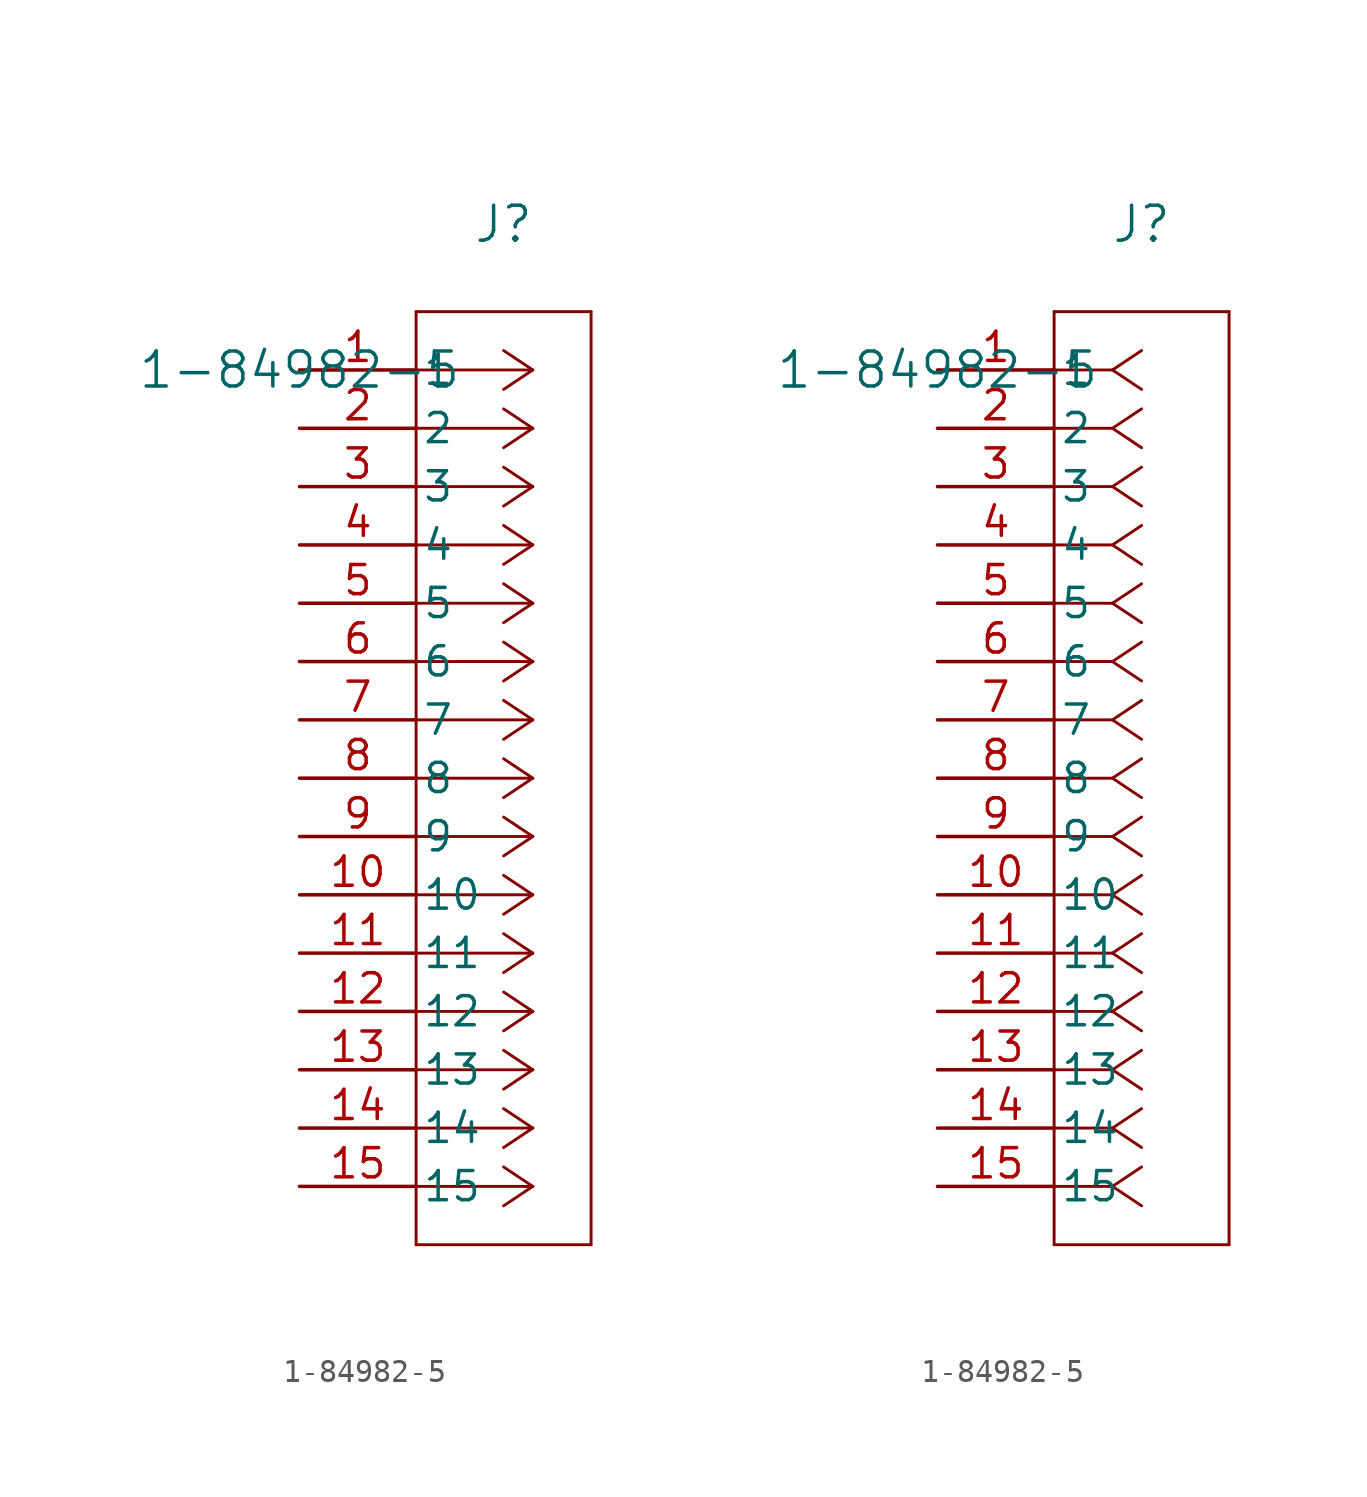
<source format=kicad_sym>
(kicad_symbol_lib
  (version 20211014)
  (generator kicad_symbol_editor)
  (symbol "1-84982-5"
    (pin_names
      (offset 0.254))
    (property "Reference" "J"
      (at 8.89 6.35 0)
      (effects (font (size 1.524 1.524))))
    (property "Value" "1-84982-5"
      (at 0 0 0)
      (effects (font (size 1.524 1.524))))
    (symbol "1-84982-5_1_1"
      (polyline (pts (xy 10.16 0) (xy 5.08 0)) (stroke (width 0.127) (type default) (color 0 0 0 0)) (fill (type none)))
      (polyline (pts (xy 10.16 -2.54) (xy 5.08 -2.54)) (stroke (width 0.127) (type default) (color 0 0 0 0)) (fill (type none)))
      (polyline (pts (xy 10.16 -5.08) (xy 5.08 -5.08)) (stroke (width 0.127) (type default) (color 0 0 0 0)) (fill (type none)))
      (polyline (pts (xy 10.16 -7.62) (xy 5.08 -7.62)) (stroke (width 0.127) (type default) (color 0 0 0 0)) (fill (type none)))
      (polyline (pts (xy 10.16 -10.16) (xy 5.08 -10.16)) (stroke (width 0.127) (type default) (color 0 0 0 0)) (fill (type none)))
      (polyline (pts (xy 10.16 -12.7) (xy 5.08 -12.7)) (stroke (width 0.127) (type default) (color 0 0 0 0)) (fill (type none)))
      (polyline (pts (xy 10.16 -15.24) (xy 5.08 -15.24)) (stroke (width 0.127) (type default) (color 0 0 0 0)) (fill (type none)))
      (polyline (pts (xy 10.16 -17.78) (xy 5.08 -17.78)) (stroke (width 0.127) (type default) (color 0 0 0 0)) (fill (type none)))
      (polyline (pts (xy 10.16 -20.32) (xy 5.08 -20.32)) (stroke (width 0.127) (type default) (color 0 0 0 0)) (fill (type none)))
      (polyline (pts (xy 10.16 -22.86) (xy 5.08 -22.86)) (stroke (width 0.127) (type default) (color 0 0 0 0)) (fill (type none)))
      (polyline (pts (xy 10.16 -25.4) (xy 5.08 -25.4)) (stroke (width 0.127) (type default) (color 0 0 0 0)) (fill (type none)))
      (polyline (pts (xy 10.16 -27.94) (xy 5.08 -27.94)) (stroke (width 0.127) (type default) (color 0 0 0 0)) (fill (type none)))
      (polyline (pts (xy 10.16 -30.48) (xy 5.08 -30.48)) (stroke (width 0.127) (type default) (color 0 0 0 0)) (fill (type none)))
      (polyline (pts (xy 10.16 -33.02) (xy 5.08 -33.02)) (stroke (width 0.127) (type default) (color 0 0 0 0)) (fill (type none)))
      (polyline (pts (xy 10.16 -35.56) (xy 5.08 -35.56)) (stroke (width 0.127) (type default) (color 0 0 0 0)) (fill (type none)))
      (polyline (pts (xy 10.16 0) (xy 8.89 0.847)) (stroke (width 0.127) (type default) (color 0 0 0 0)) (fill (type none)))
      (polyline (pts (xy 10.16 -2.54) (xy 8.89 -1.693)) (stroke (width 0.127) (type default) (color 0 0 0 0)) (fill (type none)))
      (polyline (pts (xy 10.16 -5.08) (xy 8.89 -4.233)) (stroke (width 0.127) (type default) (color 0 0 0 0)) (fill (type none)))
      (polyline (pts (xy 10.16 -7.62) (xy 8.89 -6.773)) (stroke (width 0.127) (type default) (color 0 0 0 0)) (fill (type none)))
      (polyline (pts (xy 10.16 -10.16) (xy 8.89 -9.313)) (stroke (width 0.127) (type default) (color 0 0 0 0)) (fill (type none)))
      (polyline (pts (xy 10.16 -12.7) (xy 8.89 -11.853)) (stroke (width 0.127) (type default) (color 0 0 0 0)) (fill (type none)))
      (polyline (pts (xy 10.16 -15.24) (xy 8.89 -14.393)) (stroke (width 0.127) (type default) (color 0 0 0 0)) (fill (type none)))
      (polyline (pts (xy 10.16 -17.78) (xy 8.89 -16.933)) (stroke (width 0.127) (type default) (color 0 0 0 0)) (fill (type none)))
      (polyline (pts (xy 10.16 -20.32) (xy 8.89 -19.473)) (stroke (width 0.127) (type default) (color 0 0 0 0)) (fill (type none)))
      (polyline (pts (xy 10.16 -22.86) (xy 8.89 -22.013)) (stroke (width 0.127) (type default) (color 0 0 0 0)) (fill (type none)))
      (polyline (pts (xy 10.16 -25.4) (xy 8.89 -24.553)) (stroke (width 0.127) (type default) (color 0 0 0 0)) (fill (type none)))
      (polyline (pts (xy 10.16 -27.94) (xy 8.89 -27.093)) (stroke (width 0.127) (type default) (color 0 0 0 0)) (fill (type none)))
      (polyline (pts (xy 10.16 -30.48) (xy 8.89 -29.633)) (stroke (width 0.127) (type default) (color 0 0 0 0)) (fill (type none)))
      (polyline (pts (xy 10.16 -33.02) (xy 8.89 -32.173)) (stroke (width 0.127) (type default) (color 0 0 0 0)) (fill (type none)))
      (polyline (pts (xy 10.16 -35.56) (xy 8.89 -34.713)) (stroke (width 0.127) (type default) (color 0 0 0 0)) (fill (type none)))
      (polyline (pts (xy 10.16 0) (xy 8.89 -0.847)) (stroke (width 0.127) (type default) (color 0 0 0 0)) (fill (type none)))
      (polyline (pts (xy 10.16 -2.54) (xy 8.89 -3.387)) (stroke (width 0.127) (type default) (color 0 0 0 0)) (fill (type none)))
      (polyline (pts (xy 10.16 -5.08) (xy 8.89 -5.927)) (stroke (width 0.127) (type default) (color 0 0 0 0)) (fill (type none)))
      (polyline (pts (xy 10.16 -7.62) (xy 8.89 -8.467)) (stroke (width 0.127) (type default) (color 0 0 0 0)) (fill (type none)))
      (polyline (pts (xy 10.16 -10.16) (xy 8.89 -11.007)) (stroke (width 0.127) (type default) (color 0 0 0 0)) (fill (type none)))
      (polyline (pts (xy 10.16 -12.7) (xy 8.89 -13.547)) (stroke (width 0.127) (type default) (color 0 0 0 0)) (fill (type none)))
      (polyline (pts (xy 10.16 -15.24) (xy 8.89 -16.087)) (stroke (width 0.127) (type default) (color 0 0 0 0)) (fill (type none)))
      (polyline (pts (xy 10.16 -17.78) (xy 8.89 -18.627)) (stroke (width 0.127) (type default) (color 0 0 0 0)) (fill (type none)))
      (polyline (pts (xy 10.16 -20.32) (xy 8.89 -21.167)) (stroke (width 0.127) (type default) (color 0 0 0 0)) (fill (type none)))
      (polyline (pts (xy 10.16 -22.86) (xy 8.89 -23.707)) (stroke (width 0.127) (type default) (color 0 0 0 0)) (fill (type none)))
      (polyline (pts (xy 10.16 -25.4) (xy 8.89 -26.247)) (stroke (width 0.127) (type default) (color 0 0 0 0)) (fill (type none)))
      (polyline (pts (xy 10.16 -27.94) (xy 8.89 -28.787)) (stroke (width 0.127) (type default) (color 0 0 0 0)) (fill (type none)))
      (polyline (pts (xy 10.16 -30.48) (xy 8.89 -31.327)) (stroke (width 0.127) (type default) (color 0 0 0 0)) (fill (type none)))
      (polyline (pts (xy 10.16 -33.02) (xy 8.89 -33.867)) (stroke (width 0.127) (type default) (color 0 0 0 0)) (fill (type none)))
      (polyline (pts (xy 10.16 -35.56) (xy 8.89 -36.407)) (stroke (width 0.127) (type default) (color 0 0 0 0)) (fill (type none)))
      (polyline (pts (xy 5.08 2.54) (xy 5.08 -38.1)) (stroke (width 0.127) (type default) (color 0 0 0 0)) (fill (type none)))
      (polyline (pts (xy 5.08 -38.1) (xy 12.7 -38.1)) (stroke (width 0.127) (type default) (color 0 0 0 0)) (fill (type none)))
      (polyline (pts (xy 12.7 -38.1) (xy 12.7 2.54)) (stroke (width 0.127) (type default) (color 0 0 0 0)) (fill (type none)))
      (polyline (pts (xy 12.7 2.54) (xy 5.08 2.54)) (stroke (width 0.127) (type default) (color 0 0 0 0)) (fill (type none)))
      (pin unspecified line (at 0 0 0) (length 5.08) (name "1" (effects (font (size 1.27 1.27)))) (number "1" (effects (font (size 1.27 1.27)))))
      (pin unspecified line (at 0 -2.54 0) (length 5.08) (name "2" (effects (font (size 1.27 1.27)))) (number "2" (effects (font (size 1.27 1.27)))))
      (pin unspecified line (at 0 -5.08 0) (length 5.08) (name "3" (effects (font (size 1.27 1.27)))) (number "3" (effects (font (size 1.27 1.27)))))
      (pin unspecified line (at 0 -7.62 0) (length 5.08) (name "4" (effects (font (size 1.27 1.27)))) (number "4" (effects (font (size 1.27 1.27)))))
      (pin unspecified line (at 0 -10.16 0) (length 5.08) (name "5" (effects (font (size 1.27 1.27)))) (number "5" (effects (font (size 1.27 1.27)))))
      (pin unspecified line (at 0 -12.7 0) (length 5.08) (name "6" (effects (font (size 1.27 1.27)))) (number "6" (effects (font (size 1.27 1.27)))))
      (pin unspecified line (at 0 -15.24 0) (length 5.08) (name "7" (effects (font (size 1.27 1.27)))) (number "7" (effects (font (size 1.27 1.27)))))
      (pin unspecified line (at 0 -17.78 0) (length 5.08) (name "8" (effects (font (size 1.27 1.27)))) (number "8" (effects (font (size 1.27 1.27)))))
      (pin unspecified line (at 0 -20.32 0) (length 5.08) (name "9" (effects (font (size 1.27 1.27)))) (number "9" (effects (font (size 1.27 1.27)))))
      (pin unspecified line (at 0 -22.86 0) (length 5.08) (name "10" (effects (font (size 1.27 1.27)))) (number "10" (effects (font (size 1.27 1.27)))))
      (pin unspecified line (at 0 -25.4 0) (length 5.08) (name "11" (effects (font (size 1.27 1.27)))) (number "11" (effects (font (size 1.27 1.27)))))
      (pin unspecified line (at 0 -27.94 0) (length 5.08) (name "12" (effects (font (size 1.27 1.27)))) (number "12" (effects (font (size 1.27 1.27)))))
      (pin unspecified line (at 0 -30.48 0) (length 5.08) (name "13" (effects (font (size 1.27 1.27)))) (number "13" (effects (font (size 1.27 1.27)))))
      (pin unspecified line (at 0 -33.02 0) (length 5.08) (name "14" (effects (font (size 1.27 1.27)))) (number "14" (effects (font (size 1.27 1.27)))))
      (pin unspecified line (at 0 -35.56 0) (length 5.08) (name "15" (effects (font (size 1.27 1.27)))) (number "15" (effects (font (size 1.27 1.27))))))
    (symbol "1-84982-5_1_2"
      (polyline (pts (xy 7.62 0) (xy 5.08 0)) (stroke (width 0.127) (type default) (color 0 0 0 0)) (fill (type none)))
      (polyline (pts (xy 7.62 -2.54) (xy 5.08 -2.54)) (stroke (width 0.127) (type default) (color 0 0 0 0)) (fill (type none)))
      (polyline (pts (xy 7.62 -5.08) (xy 5.08 -5.08)) (stroke (width 0.127) (type default) (color 0 0 0 0)) (fill (type none)))
      (polyline (pts (xy 7.62 -7.62) (xy 5.08 -7.62)) (stroke (width 0.127) (type default) (color 0 0 0 0)) (fill (type none)))
      (polyline (pts (xy 7.62 -10.16) (xy 5.08 -10.16)) (stroke (width 0.127) (type default) (color 0 0 0 0)) (fill (type none)))
      (polyline (pts (xy 7.62 -12.7) (xy 5.08 -12.7)) (stroke (width 0.127) (type default) (color 0 0 0 0)) (fill (type none)))
      (polyline (pts (xy 7.62 -15.24) (xy 5.08 -15.24)) (stroke (width 0.127) (type default) (color 0 0 0 0)) (fill (type none)))
      (polyline (pts (xy 7.62 -17.78) (xy 5.08 -17.78)) (stroke (width 0.127) (type default) (color 0 0 0 0)) (fill (type none)))
      (polyline (pts (xy 7.62 -20.32) (xy 5.08 -20.32)) (stroke (width 0.127) (type default) (color 0 0 0 0)) (fill (type none)))
      (polyline (pts (xy 7.62 -22.86) (xy 5.08 -22.86)) (stroke (width 0.127) (type default) (color 0 0 0 0)) (fill (type none)))
      (polyline (pts (xy 7.62 -25.4) (xy 5.08 -25.4)) (stroke (width 0.127) (type default) (color 0 0 0 0)) (fill (type none)))
      (polyline (pts (xy 7.62 -27.94) (xy 5.08 -27.94)) (stroke (width 0.127) (type default) (color 0 0 0 0)) (fill (type none)))
      (polyline (pts (xy 7.62 -30.48) (xy 5.08 -30.48)) (stroke (width 0.127) (type default) (color 0 0 0 0)) (fill (type none)))
      (polyline (pts (xy 7.62 -33.02) (xy 5.08 -33.02)) (stroke (width 0.127) (type default) (color 0 0 0 0)) (fill (type none)))
      (polyline (pts (xy 7.62 -35.56) (xy 5.08 -35.56)) (stroke (width 0.127) (type default) (color 0 0 0 0)) (fill (type none)))
      (polyline (pts (xy 7.62 0) (xy 8.89 0.847)) (stroke (width 0.127) (type default) (color 0 0 0 0)) (fill (type none)))
      (polyline (pts (xy 7.62 -2.54) (xy 8.89 -1.693)) (stroke (width 0.127) (type default) (color 0 0 0 0)) (fill (type none)))
      (polyline (pts (xy 7.62 -5.08) (xy 8.89 -4.233)) (stroke (width 0.127) (type default) (color 0 0 0 0)) (fill (type none)))
      (polyline (pts (xy 7.62 -7.62) (xy 8.89 -6.773)) (stroke (width 0.127) (type default) (color 0 0 0 0)) (fill (type none)))
      (polyline (pts (xy 7.62 -10.16) (xy 8.89 -9.313)) (stroke (width 0.127) (type default) (color 0 0 0 0)) (fill (type none)))
      (polyline (pts (xy 7.62 -12.7) (xy 8.89 -11.853)) (stroke (width 0.127) (type default) (color 0 0 0 0)) (fill (type none)))
      (polyline (pts (xy 7.62 -15.24) (xy 8.89 -14.393)) (stroke (width 0.127) (type default) (color 0 0 0 0)) (fill (type none)))
      (polyline (pts (xy 7.62 -17.78) (xy 8.89 -16.933)) (stroke (width 0.127) (type default) (color 0 0 0 0)) (fill (type none)))
      (polyline (pts (xy 7.62 -20.32) (xy 8.89 -19.473)) (stroke (width 0.127) (type default) (color 0 0 0 0)) (fill (type none)))
      (polyline (pts (xy 7.62 -22.86) (xy 8.89 -22.013)) (stroke (width 0.127) (type default) (color 0 0 0 0)) (fill (type none)))
      (polyline (pts (xy 7.62 -25.4) (xy 8.89 -24.553)) (stroke (width 0.127) (type default) (color 0 0 0 0)) (fill (type none)))
      (polyline (pts (xy 7.62 -27.94) (xy 8.89 -27.093)) (stroke (width 0.127) (type default) (color 0 0 0 0)) (fill (type none)))
      (polyline (pts (xy 7.62 -30.48) (xy 8.89 -29.633)) (stroke (width 0.127) (type default) (color 0 0 0 0)) (fill (type none)))
      (polyline (pts (xy 7.62 -33.02) (xy 8.89 -32.173)) (stroke (width 0.127) (type default) (color 0 0 0 0)) (fill (type none)))
      (polyline (pts (xy 7.62 -35.56) (xy 8.89 -34.713)) (stroke (width 0.127) (type default) (color 0 0 0 0)) (fill (type none)))
      (polyline (pts (xy 7.62 0) (xy 8.89 -0.847)) (stroke (width 0.127) (type default) (color 0 0 0 0)) (fill (type none)))
      (polyline (pts (xy 7.62 -2.54) (xy 8.89 -3.387)) (stroke (width 0.127) (type default) (color 0 0 0 0)) (fill (type none)))
      (polyline (pts (xy 7.62 -5.08) (xy 8.89 -5.927)) (stroke (width 0.127) (type default) (color 0 0 0 0)) (fill (type none)))
      (polyline (pts (xy 7.62 -7.62) (xy 8.89 -8.467)) (stroke (width 0.127) (type default) (color 0 0 0 0)) (fill (type none)))
      (polyline (pts (xy 7.62 -10.16) (xy 8.89 -11.007)) (stroke (width 0.127) (type default) (color 0 0 0 0)) (fill (type none)))
      (polyline (pts (xy 7.62 -12.7) (xy 8.89 -13.547)) (stroke (width 0.127) (type default) (color 0 0 0 0)) (fill (type none)))
      (polyline (pts (xy 7.62 -15.24) (xy 8.89 -16.087)) (stroke (width 0.127) (type default) (color 0 0 0 0)) (fill (type none)))
      (polyline (pts (xy 7.62 -17.78) (xy 8.89 -18.627)) (stroke (width 0.127) (type default) (color 0 0 0 0)) (fill (type none)))
      (polyline (pts (xy 7.62 -20.32) (xy 8.89 -21.167)) (stroke (width 0.127) (type default) (color 0 0 0 0)) (fill (type none)))
      (polyline (pts (xy 7.62 -22.86) (xy 8.89 -23.707)) (stroke (width 0.127) (type default) (color 0 0 0 0)) (fill (type none)))
      (polyline (pts (xy 7.62 -25.4) (xy 8.89 -26.247)) (stroke (width 0.127) (type default) (color 0 0 0 0)) (fill (type none)))
      (polyline (pts (xy 7.62 -27.94) (xy 8.89 -28.787)) (stroke (width 0.127) (type default) (color 0 0 0 0)) (fill (type none)))
      (polyline (pts (xy 7.62 -30.48) (xy 8.89 -31.327)) (stroke (width 0.127) (type default) (color 0 0 0 0)) (fill (type none)))
      (polyline (pts (xy 7.62 -33.02) (xy 8.89 -33.867)) (stroke (width 0.127) (type default) (color 0 0 0 0)) (fill (type none)))
      (polyline (pts (xy 7.62 -35.56) (xy 8.89 -36.407)) (stroke (width 0.127) (type default) (color 0 0 0 0)) (fill (type none)))
      (polyline (pts (xy 5.08 2.54) (xy 5.08 -38.1)) (stroke (width 0.127) (type default) (color 0 0 0 0)) (fill (type none)))
      (polyline (pts (xy 5.08 -38.1) (xy 12.7 -38.1)) (stroke (width 0.127) (type default) (color 0 0 0 0)) (fill (type none)))
      (polyline (pts (xy 12.7 -38.1) (xy 12.7 2.54)) (stroke (width 0.127) (type default) (color 0 0 0 0)) (fill (type none)))
      (polyline (pts (xy 12.7 2.54) (xy 5.08 2.54)) (stroke (width 0.127) (type default) (color 0 0 0 0)) (fill (type none)))
      (pin unspecified line (at 0 0 0) (length 5.08) (name "1" (effects (font (size 1.27 1.27)))) (number "1" (effects (font (size 1.27 1.27)))))
      (pin unspecified line (at 0 -2.54 0) (length 5.08) (name "2" (effects (font (size 1.27 1.27)))) (number "2" (effects (font (size 1.27 1.27)))))
      (pin unspecified line (at 0 -5.08 0) (length 5.08) (name "3" (effects (font (size 1.27 1.27)))) (number "3" (effects (font (size 1.27 1.27)))))
      (pin unspecified line (at 0 -7.62 0) (length 5.08) (name "4" (effects (font (size 1.27 1.27)))) (number "4" (effects (font (size 1.27 1.27)))))
      (pin unspecified line (at 0 -10.16 0) (length 5.08) (name "5" (effects (font (size 1.27 1.27)))) (number "5" (effects (font (size 1.27 1.27)))))
      (pin unspecified line (at 0 -12.7 0) (length 5.08) (name "6" (effects (font (size 1.27 1.27)))) (number "6" (effects (font (size 1.27 1.27)))))
      (pin unspecified line (at 0 -15.24 0) (length 5.08) (name "7" (effects (font (size 1.27 1.27)))) (number "7" (effects (font (size 1.27 1.27)))))
      (pin unspecified line (at 0 -17.78 0) (length 5.08) (name "8" (effects (font (size 1.27 1.27)))) (number "8" (effects (font (size 1.27 1.27)))))
      (pin unspecified line (at 0 -20.32 0) (length 5.08) (name "9" (effects (font (size 1.27 1.27)))) (number "9" (effects (font (size 1.27 1.27)))))
      (pin unspecified line (at 0 -22.86 0) (length 5.08) (name "10" (effects (font (size 1.27 1.27)))) (number "10" (effects (font (size 1.27 1.27)))))
      (pin unspecified line (at 0 -25.4 0) (length 5.08) (name "11" (effects (font (size 1.27 1.27)))) (number "11" (effects (font (size 1.27 1.27)))))
      (pin unspecified line (at 0 -27.94 0) (length 5.08) (name "12" (effects (font (size 1.27 1.27)))) (number "12" (effects (font (size 1.27 1.27)))))
      (pin unspecified line (at 0 -30.48 0) (length 5.08) (name "13" (effects (font (size 1.27 1.27)))) (number "13" (effects (font (size 1.27 1.27)))))
      (pin unspecified line (at 0 -33.02 0) (length 5.08) (name "14" (effects (font (size 1.27 1.27)))) (number "14" (effects (font (size 1.27 1.27)))))
      (pin unspecified line (at 0 -35.56 0) (length 5.08) (name "15" (effects (font (size 1.27 1.27)))) (number "15" (effects (font (size 1.27 1.27))))))))
</source>
